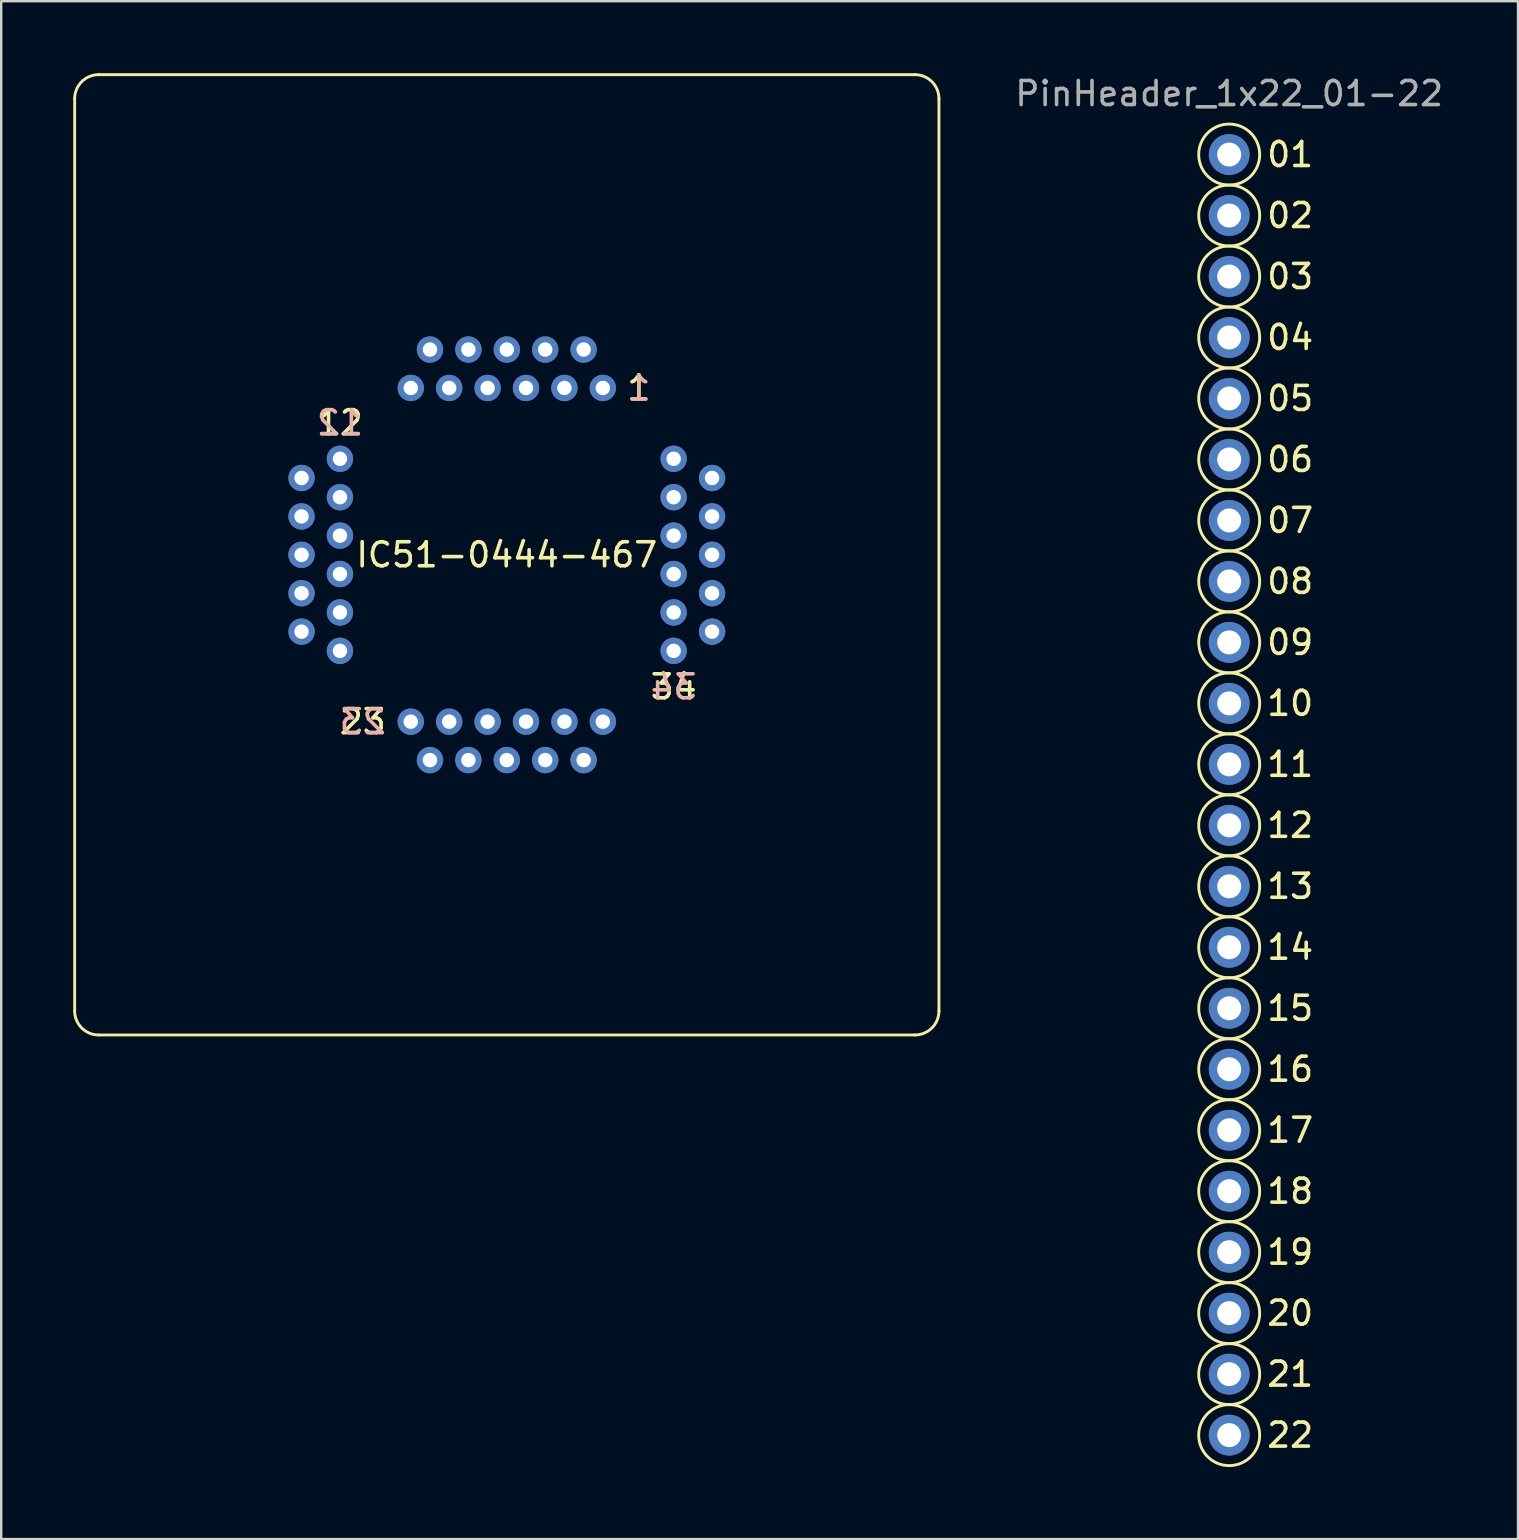
<source format=kicad_pcb>
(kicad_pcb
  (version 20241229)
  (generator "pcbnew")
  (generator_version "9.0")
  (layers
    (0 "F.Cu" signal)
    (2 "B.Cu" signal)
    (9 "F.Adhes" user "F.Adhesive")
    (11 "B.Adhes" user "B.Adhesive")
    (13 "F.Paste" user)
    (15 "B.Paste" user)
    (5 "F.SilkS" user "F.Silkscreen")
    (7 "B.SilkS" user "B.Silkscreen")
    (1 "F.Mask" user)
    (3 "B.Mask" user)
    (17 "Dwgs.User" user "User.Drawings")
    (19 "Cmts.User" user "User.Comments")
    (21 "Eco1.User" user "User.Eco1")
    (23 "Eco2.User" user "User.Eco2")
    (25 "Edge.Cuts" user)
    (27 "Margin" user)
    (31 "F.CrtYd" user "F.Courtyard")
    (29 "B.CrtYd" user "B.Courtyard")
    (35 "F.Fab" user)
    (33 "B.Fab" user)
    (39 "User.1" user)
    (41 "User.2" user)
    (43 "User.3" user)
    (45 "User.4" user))
  (footprint "PinHeader_1x22_01-22"
    (layer "F.Cu")
    (at 48.15 30.058)
    (property "Reference" "PinHeader_1x22_01-22" (at 0 -29.21 0) (layer "F.Fab") (effects (font (size 1 1) (thickness 0.15))))
    (attr through_hole)
    (fp_circle (center 0 -26.67) (end 1.27 -26.67) (stroke (width 0.12) (type solid)) (fill no) (layer "F.SilkS"))
    (fp_circle (center 0 -24.13) (end 1.27 -24.13) (stroke (width 0.12) (type solid)) (fill no) (layer "F.SilkS"))
    (fp_circle (center 0 -21.59) (end 1.27 -21.59) (stroke (width 0.12) (type solid)) (fill no) (layer "F.SilkS"))
    (fp_circle (center 0 -19.05) (end 1.27 -19.05) (stroke (width 0.12) (type solid)) (fill no) (layer "F.SilkS"))
    (fp_circle (center 0 -16.51) (end 1.27 -16.51) (stroke (width 0.12) (type solid)) (fill no) (layer "F.SilkS"))
    (fp_circle (center 0 -13.97) (end 1.27 -13.97) (stroke (width 0.12) (type solid)) (fill no) (layer "F.SilkS"))
    (fp_circle (center 0 -11.43) (end 1.27 -11.43) (stroke (width 0.12) (type solid)) (fill no) (layer "F.SilkS"))
    (fp_circle (center 0 -8.89) (end 1.27 -8.89) (stroke (width 0.12) (type solid)) (fill no) (layer "F.SilkS"))
    (fp_circle (center 0 -6.35) (end 1.27 -6.35) (stroke (width 0.12) (type solid)) (fill no) (layer "F.SilkS"))
    (fp_circle (center 0 -3.81) (end 1.27 -3.81) (stroke (width 0.12) (type solid)) (fill no) (layer "F.SilkS"))
    (fp_circle (center 0 -1.27) (end 1.27 -1.27) (stroke (width 0.12) (type solid)) (fill no) (layer "F.SilkS"))
    (fp_circle (center 0 1.27) (end 1.27 1.27) (stroke (width 0.12) (type solid)) (fill no) (layer "F.SilkS"))
    (fp_circle (center 0 3.81) (end 1.27 3.81) (stroke (width 0.12) (type solid)) (fill no) (layer "F.SilkS"))
    (fp_circle (center 0 6.35) (end 1.27 6.35) (stroke (width 0.12) (type solid)) (fill no) (layer "F.SilkS"))
    (fp_circle (center 0 8.89) (end 1.27 8.89) (stroke (width 0.12) (type solid)) (fill no) (layer "F.SilkS"))
    (fp_circle (center 0 11.43) (end 1.27 11.43) (stroke (width 0.12) (type solid)) (fill no) (layer "F.SilkS"))
    (fp_circle (center 0 13.97) (end 1.27 13.97) (stroke (width 0.12) (type solid)) (fill no) (layer "F.SilkS"))
    (fp_circle (center 0 16.51) (end 1.27 16.51) (stroke (width 0.12) (type solid)) (fill no) (layer "F.SilkS"))
    (fp_circle (center 0 19.05) (end 1.27 19.05) (stroke (width 0.12) (type solid)) (fill no) (layer "F.SilkS"))
    (fp_circle (center 0 21.59) (end 1.27 21.59) (stroke (width 0.12) (type solid)) (fill no) (layer "F.SilkS"))
    (fp_circle (center 0 24.13) (end 1.27 24.13) (stroke (width 0.12) (type solid)) (fill no) (layer "F.SilkS"))
    (fp_circle (center 0 26.67) (end 1.27 26.67) (stroke (width 0.12) (type solid)) (fill no) (layer "F.SilkS"))
    (fp_text user "09" (at 2.54 -6.35 0) (layer "F.SilkS") (effects (font (size 1 1) (thickness 0.15))))
    (fp_text user "12" (at 2.54 1.27 0) (layer "F.SilkS") (effects (font (size 1 1) (thickness 0.15))))
    (fp_text user "22" (at 2.54 26.67 0) (layer "F.SilkS") (effects (font (size 1 1) (thickness 0.15))))
    (fp_text user "14" (at 2.54 6.35 0) (layer "F.SilkS") (effects (font (size 1 1) (thickness 0.15))))
    (fp_text user "08" (at 2.54 -8.89 0) (layer "F.SilkS") (effects (font (size 1 1) (thickness 0.15))))
    (fp_text user "03" (at 2.54 -21.59 0) (layer "F.SilkS") (effects (font (size 1 1) (thickness 0.15))))
    (fp_text user "05" (at 2.54 -16.51 0) (layer "F.SilkS") (effects (font (size 1 1) (thickness 0.15))))
    (fp_text user "01" (at 2.54 -26.67 0) (layer "F.SilkS") (effects (font (size 1 1) (thickness 0.15))))
    (fp_text user "18" (at 2.54 16.51 0) (layer "F.SilkS") (effects (font (size 1 1) (thickness 0.15))))
    (fp_text user "02" (at 2.54 -24.13 0) (layer "F.SilkS") (effects (font (size 1 1) (thickness 0.15))))
    (fp_text user "07" (at 2.54 -11.43 0) (layer "F.SilkS") (effects (font (size 1 1) (thickness 0.15))))
    (fp_text user "16" (at 2.54 11.43 0) (layer "F.SilkS") (effects (font (size 1 1) (thickness 0.15))))
    (fp_text user "11" (at 2.54 -1.27 0) (layer "F.SilkS") (effects (font (size 1 1) (thickness 0.15))))
    (fp_text user "13" (at 2.54 3.81 0) (layer "F.SilkS") (effects (font (size 1 1) (thickness 0.15))))
    (fp_text user "17" (at 2.54 13.97 0) (layer "F.SilkS") (effects (font (size 1 1) (thickness 0.15))))
    (fp_text user "06" (at 2.54 -13.97 0) (layer "F.SilkS") (effects (font (size 1 1) (thickness 0.15))))
    (fp_text user "04" (at 2.54 -19.05 0) (layer "F.SilkS") (effects (font (size 1 1) (thickness 0.15))))
    (fp_text user "15" (at 2.54 8.89 0) (layer "F.SilkS") (effects (font (size 1 1) (thickness 0.15))))
    (fp_text user "20" (at 2.54 21.59 0) (layer "F.SilkS") (effects (font (size 1 1) (thickness 0.15))))
    (fp_text user "19" (at 2.54 19.05 0) (layer "F.SilkS") (effects (font (size 1 1) (thickness 0.15))))
    (fp_text user "10" (at 2.54 -3.81 0) (layer "F.SilkS") (effects (font (size 1 1) (thickness 0.15))))
    (fp_text user "21" (at 2.54 24.13 0) (layer "F.SilkS") (effects (font (size 1 1) (thickness 0.15))))
    (pad "1" thru_hole circle (at 0 -26.67) (size 1.7 1.7) (drill 1) (layers "*.Cu" "*.Mask"))
    (pad "2" thru_hole oval (at 0 -24.13) (size 1.7 1.7) (drill 1) (layers "*.Cu" "*.Mask"))
    (pad "3" thru_hole oval (at 0 -21.59) (size 1.7 1.7) (drill 1) (layers "*.Cu" "*.Mask"))
    (pad "4" thru_hole oval (at 0 -19.05) (size 1.7 1.7) (drill 1) (layers "*.Cu" "*.Mask"))
    (pad "5" thru_hole oval (at 0 -16.51) (size 1.7 1.7) (drill 1) (layers "*.Cu" "*.Mask"))
    (pad "6" thru_hole oval (at 0 -13.97) (size 1.7 1.7) (drill 1) (layers "*.Cu" "*.Mask"))
    (pad "7" thru_hole oval (at 0 -11.43) (size 1.7 1.7) (drill 1) (layers "*.Cu" "*.Mask"))
    (pad "8" thru_hole oval (at 0 -8.89) (size 1.7 1.7) (drill 1) (layers "*.Cu" "*.Mask"))
    (pad "9" thru_hole oval (at 0 -6.35) (size 1.7 1.7) (drill 1) (layers "*.Cu" "*.Mask"))
    (pad "10" thru_hole oval (at 0 -3.81) (size 1.7 1.7) (drill 1) (layers "*.Cu" "*.Mask"))
    (pad "11" thru_hole oval (at 0 -1.27) (size 1.7 1.7) (drill 1) (layers "*.Cu" "*.Mask"))
    (pad "12" thru_hole oval (at 0 1.27) (size 1.7 1.7) (drill 1) (layers "*.Cu" "*.Mask"))
    (pad "13" thru_hole oval (at 0 3.81) (size 1.7 1.7) (drill 1) (layers "*.Cu" "*.Mask"))
    (pad "14" thru_hole oval (at 0 6.35) (size 1.7 1.7) (drill 1) (layers "*.Cu" "*.Mask"))
    (pad "15" thru_hole oval (at 0 8.89) (size 1.7 1.7) (drill 1) (layers "*.Cu" "*.Mask"))
    (pad "16" thru_hole oval (at 0 11.43) (size 1.7 1.7) (drill 1) (layers "*.Cu" "*.Mask"))
    (pad "17" thru_hole oval (at 0 13.97) (size 1.7 1.7) (drill 1) (layers "*.Cu" "*.Mask"))
    (pad "18" thru_hole oval (at 0 16.51) (size 1.7 1.7) (drill 1) (layers "*.Cu" "*.Mask"))
    (pad "19" thru_hole oval (at 0 19.05) (size 1.7 1.7) (drill 1) (layers "*.Cu" "*.Mask"))
    (pad "20" thru_hole oval (at 0 21.59) (size 1.7 1.7) (drill 1) (layers "*.Cu" "*.Mask"))
    (pad "21" thru_hole oval (at 0 24.13) (size 1.7 1.7) (drill 1) (layers "*.Cu" "*.Mask"))
    (pad "22" thru_hole oval (at 0 26.67) (size 1.7 1.7) (drill 1) (layers "*.Cu" "*.Mask")))
  (footprint "IC51-0444-467"
    (layer "F.Cu")
    (at 18.06 20.06)
    (property "Reference" "IC51-0444-467" (at 0 0 0) (layer "F.SilkS") (effects (font (size 1 1) (thickness 0.15))))
    (attr through_hole)
    (fp_line (start -18 19) (end -18 -19) (stroke (width 0.12) (type solid)) (layer "F.SilkS"))
    (fp_line (start -17 -20) (end 17 -20) (stroke (width 0.12) (type solid)) (layer "F.SilkS"))
    (fp_line (start 17 20) (end -17 20) (stroke (width 0.12) (type solid)) (layer "F.SilkS"))
    (fp_line (start 18 -19) (end 18 19) (stroke (width 0.12) (type solid)) (layer "F.SilkS"))
    (fp_arc (start -18 -19) (mid -17.707107 -19.707107) (end -17 -20) (stroke (width 0.12) (type solid)) (layer "F.SilkS"))
    (fp_arc (start -17 20) (mid -17.707107 19.707107) (end -18 19) (stroke (width 0.12) (type solid)) (layer "F.SilkS"))
    (fp_arc (start 17 -20) (mid 17.707107 -19.707107) (end 18 -19) (stroke (width 0.12) (type solid)) (layer "F.SilkS"))
    (fp_arc (start 18 19) (mid 17.707107 19.707107) (end 17 20) (stroke (width 0.12) (type solid)) (layer "F.SilkS"))
    (fp_text user "12" (at -6.95 -5.5 0) (layer "F.SilkS") (effects (font (size 1 1) (thickness 0.15))))
    (fp_text user "1" (at 5.5 -6.95 0) (layer "F.SilkS") (effects (font (size 1 1) (thickness 0.15))))
    (fp_text user "23" (at -6 6.95 0) (layer "F.SilkS") (effects (font (size 1 1) (thickness 0.15))))
    (fp_text user "34" (at 6.95 5.5 0) (layer "F.SilkS") (effects (font (size 1 1) (thickness 0.15))))
    (fp_text user "12" (at -6.95 -5.5 0) (layer "B.SilkS") (effects (font (size 1 1) (thickness 0.15)) (justify mirror)))
    (fp_text user "34" (at 6.95 5.5 0) (layer "B.SilkS") (effects (font (size 1 1) (thickness 0.15)) (justify mirror)))
    (fp_text user "1" (at 5.5 -6.95 0) (layer "B.SilkS") (effects (font (size 1 1) (thickness 0.15)) (justify mirror)))
    (fp_text user "23" (at -6 6.95 0) (layer "B.SilkS") (effects (font (size 1 1) (thickness 0.15)) (justify mirror)))
    (pad "1" thru_hole circle (at 4 -6.95) (size 1.1 1.1) (drill 0.6) (layers "*.Cu" "*.Mask"))
    (pad "2" thru_hole circle (at 3.2 -8.55) (size 1.1 1.1) (drill 0.6) (layers "*.Cu" "*.Mask"))
    (pad "3" thru_hole circle (at 2.4 -6.95) (size 1.1 1.1) (drill 0.6) (layers "*.Cu" "*.Mask"))
    (pad "4" thru_hole circle (at 1.6 -8.55) (size 1.1 1.1) (drill 0.6) (layers "*.Cu" "*.Mask"))
    (pad "5" thru_hole circle (at 0.8 -6.95) (size 1.1 1.1) (drill 0.6) (layers "*.Cu" "*.Mask"))
    (pad "6" thru_hole circle (at 0 -8.55) (size 1.1 1.1) (drill 0.6) (layers "*.Cu" "*.Mask"))
    (pad "7" thru_hole circle (at -0.8 -6.95) (size 1.1 1.1) (drill 0.6) (layers "*.Cu" "*.Mask"))
    (pad "8" thru_hole circle (at -1.6 -8.55) (size 1.1 1.1) (drill 0.6) (layers "*.Cu" "*.Mask"))
    (pad "9" thru_hole circle (at -2.4 -6.95) (size 1.1 1.1) (drill 0.6) (layers "*.Cu" "*.Mask"))
    (pad "10" thru_hole circle (at -3.2 -8.55) (size 1.1 1.1) (drill 0.6) (layers "*.Cu" "*.Mask"))
    (pad "11" thru_hole circle (at -4 -6.95) (size 1.1 1.1) (drill 0.6) (layers "*.Cu" "*.Mask"))
    (pad "12" thru_hole circle (at -6.95 -4) (size 1.1 1.1) (drill 0.6) (layers "*.Cu" "*.Mask"))
    (pad "13" thru_hole circle (at -8.55 -3.2) (size 1.1 1.1) (drill 0.6) (layers "*.Cu" "*.Mask"))
    (pad "14" thru_hole circle (at -6.95 -2.4) (size 1.1 1.1) (drill 0.6) (layers "*.Cu" "*.Mask"))
    (pad "15" thru_hole circle (at -8.55 -1.6) (size 1.1 1.1) (drill 0.6) (layers "*.Cu" "*.Mask"))
    (pad "16" thru_hole circle (at -6.95 -0.8) (size 1.1 1.1) (drill 0.6) (layers "*.Cu" "*.Mask"))
    (pad "17" thru_hole circle (at -8.55 0) (size 1.1 1.1) (drill 0.6) (layers "*.Cu" "*.Mask"))
    (pad "18" thru_hole circle (at -6.95 0.8) (size 1.1 1.1) (drill 0.6) (layers "*.Cu" "*.Mask"))
    (pad "19" thru_hole circle (at -8.55 1.6) (size 1.1 1.1) (drill 0.6) (layers "*.Cu" "*.Mask"))
    (pad "20" thru_hole circle (at -6.95 2.4) (size 1.1 1.1) (drill 0.6) (layers "*.Cu" "*.Mask"))
    (pad "21" thru_hole circle (at -8.55 3.2) (size 1.1 1.1) (drill 0.6) (layers "*.Cu" "*.Mask"))
    (pad "22" thru_hole circle (at -6.95 4) (size 1.1 1.1) (drill 0.6) (layers "*.Cu" "*.Mask"))
    (pad "23" thru_hole circle (at -4 6.95) (size 1.1 1.1) (drill 0.6) (layers "*.Cu" "*.Mask"))
    (pad "24" thru_hole circle (at -3.2 8.55) (size 1.1 1.1) (drill 0.6) (layers "*.Cu" "*.Mask"))
    (pad "25" thru_hole circle (at -2.4 6.95) (size 1.1 1.1) (drill 0.6) (layers "*.Cu" "*.Mask"))
    (pad "26" thru_hole circle (at -1.6 8.55) (size 1.1 1.1) (drill 0.6) (layers "*.Cu" "*.Mask"))
    (pad "27" thru_hole circle (at -0.8 6.95) (size 1.1 1.1) (drill 0.6) (layers "*.Cu" "*.Mask"))
    (pad "28" thru_hole circle (at 0 8.55) (size 1.1 1.1) (drill 0.6) (layers "*.Cu" "*.Mask"))
    (pad "29" thru_hole circle (at 0.8 6.95) (size 1.1 1.1) (drill 0.6) (layers "*.Cu" "*.Mask"))
    (pad "30" thru_hole circle (at 1.6 8.55) (size 1.1 1.1) (drill 0.6) (layers "*.Cu" "*.Mask"))
    (pad "31" thru_hole circle (at 2.4 6.95) (size 1.1 1.1) (drill 0.6) (layers "*.Cu" "*.Mask"))
    (pad "32" thru_hole circle (at 3.2 8.55) (size 1.1 1.1) (drill 0.6) (layers "*.Cu" "*.Mask"))
    (pad "33" thru_hole circle (at 4 6.95) (size 1.1 1.1) (drill 0.6) (layers "*.Cu" "*.Mask"))
    (pad "34" thru_hole circle (at 6.95 4) (size 1.1 1.1) (drill 0.6) (layers "*.Cu" "*.Mask"))
    (pad "35" thru_hole circle (at 8.55 3.2) (size 1.1 1.1) (drill 0.6) (layers "*.Cu" "*.Mask"))
    (pad "36" thru_hole circle (at 6.95 2.4) (size 1.1 1.1) (drill 0.6) (layers "*.Cu" "*.Mask"))
    (pad "37" thru_hole circle (at 8.55 1.6) (size 1.1 1.1) (drill 0.6) (layers "*.Cu" "*.Mask"))
    (pad "38" thru_hole circle (at 6.95 0.8) (size 1.1 1.1) (drill 0.6) (layers "*.Cu" "*.Mask"))
    (pad "39" thru_hole circle (at 8.55 0) (size 1.1 1.1) (drill 0.6) (layers "*.Cu" "*.Mask"))
    (pad "40" thru_hole circle (at 6.95 -0.8) (size 1.1 1.1) (drill 0.6) (layers "*.Cu" "*.Mask"))
    (pad "41" thru_hole circle (at 8.55 -1.6) (size 1.1 1.1) (drill 0.6) (layers "*.Cu" "*.Mask"))
    (pad "42" thru_hole circle (at 6.95 -2.4) (size 1.1 1.1) (drill 0.6) (layers "*.Cu" "*.Mask"))
    (pad "43" thru_hole circle (at 8.55 -3.2) (size 1.1 1.1) (drill 0.6) (layers "*.Cu" "*.Mask"))
    (pad "44" thru_hole circle (at 6.95 -4) (size 1.1 1.1) (drill 0.6) (layers "*.Cu" "*.Mask")))
  (gr_rect
    (start -3 -3)
    (end 60.18 61.058)
    (stroke (width 0.1) (type default))
    (fill no)
    (layer "Edge.Cuts")))
</source>
